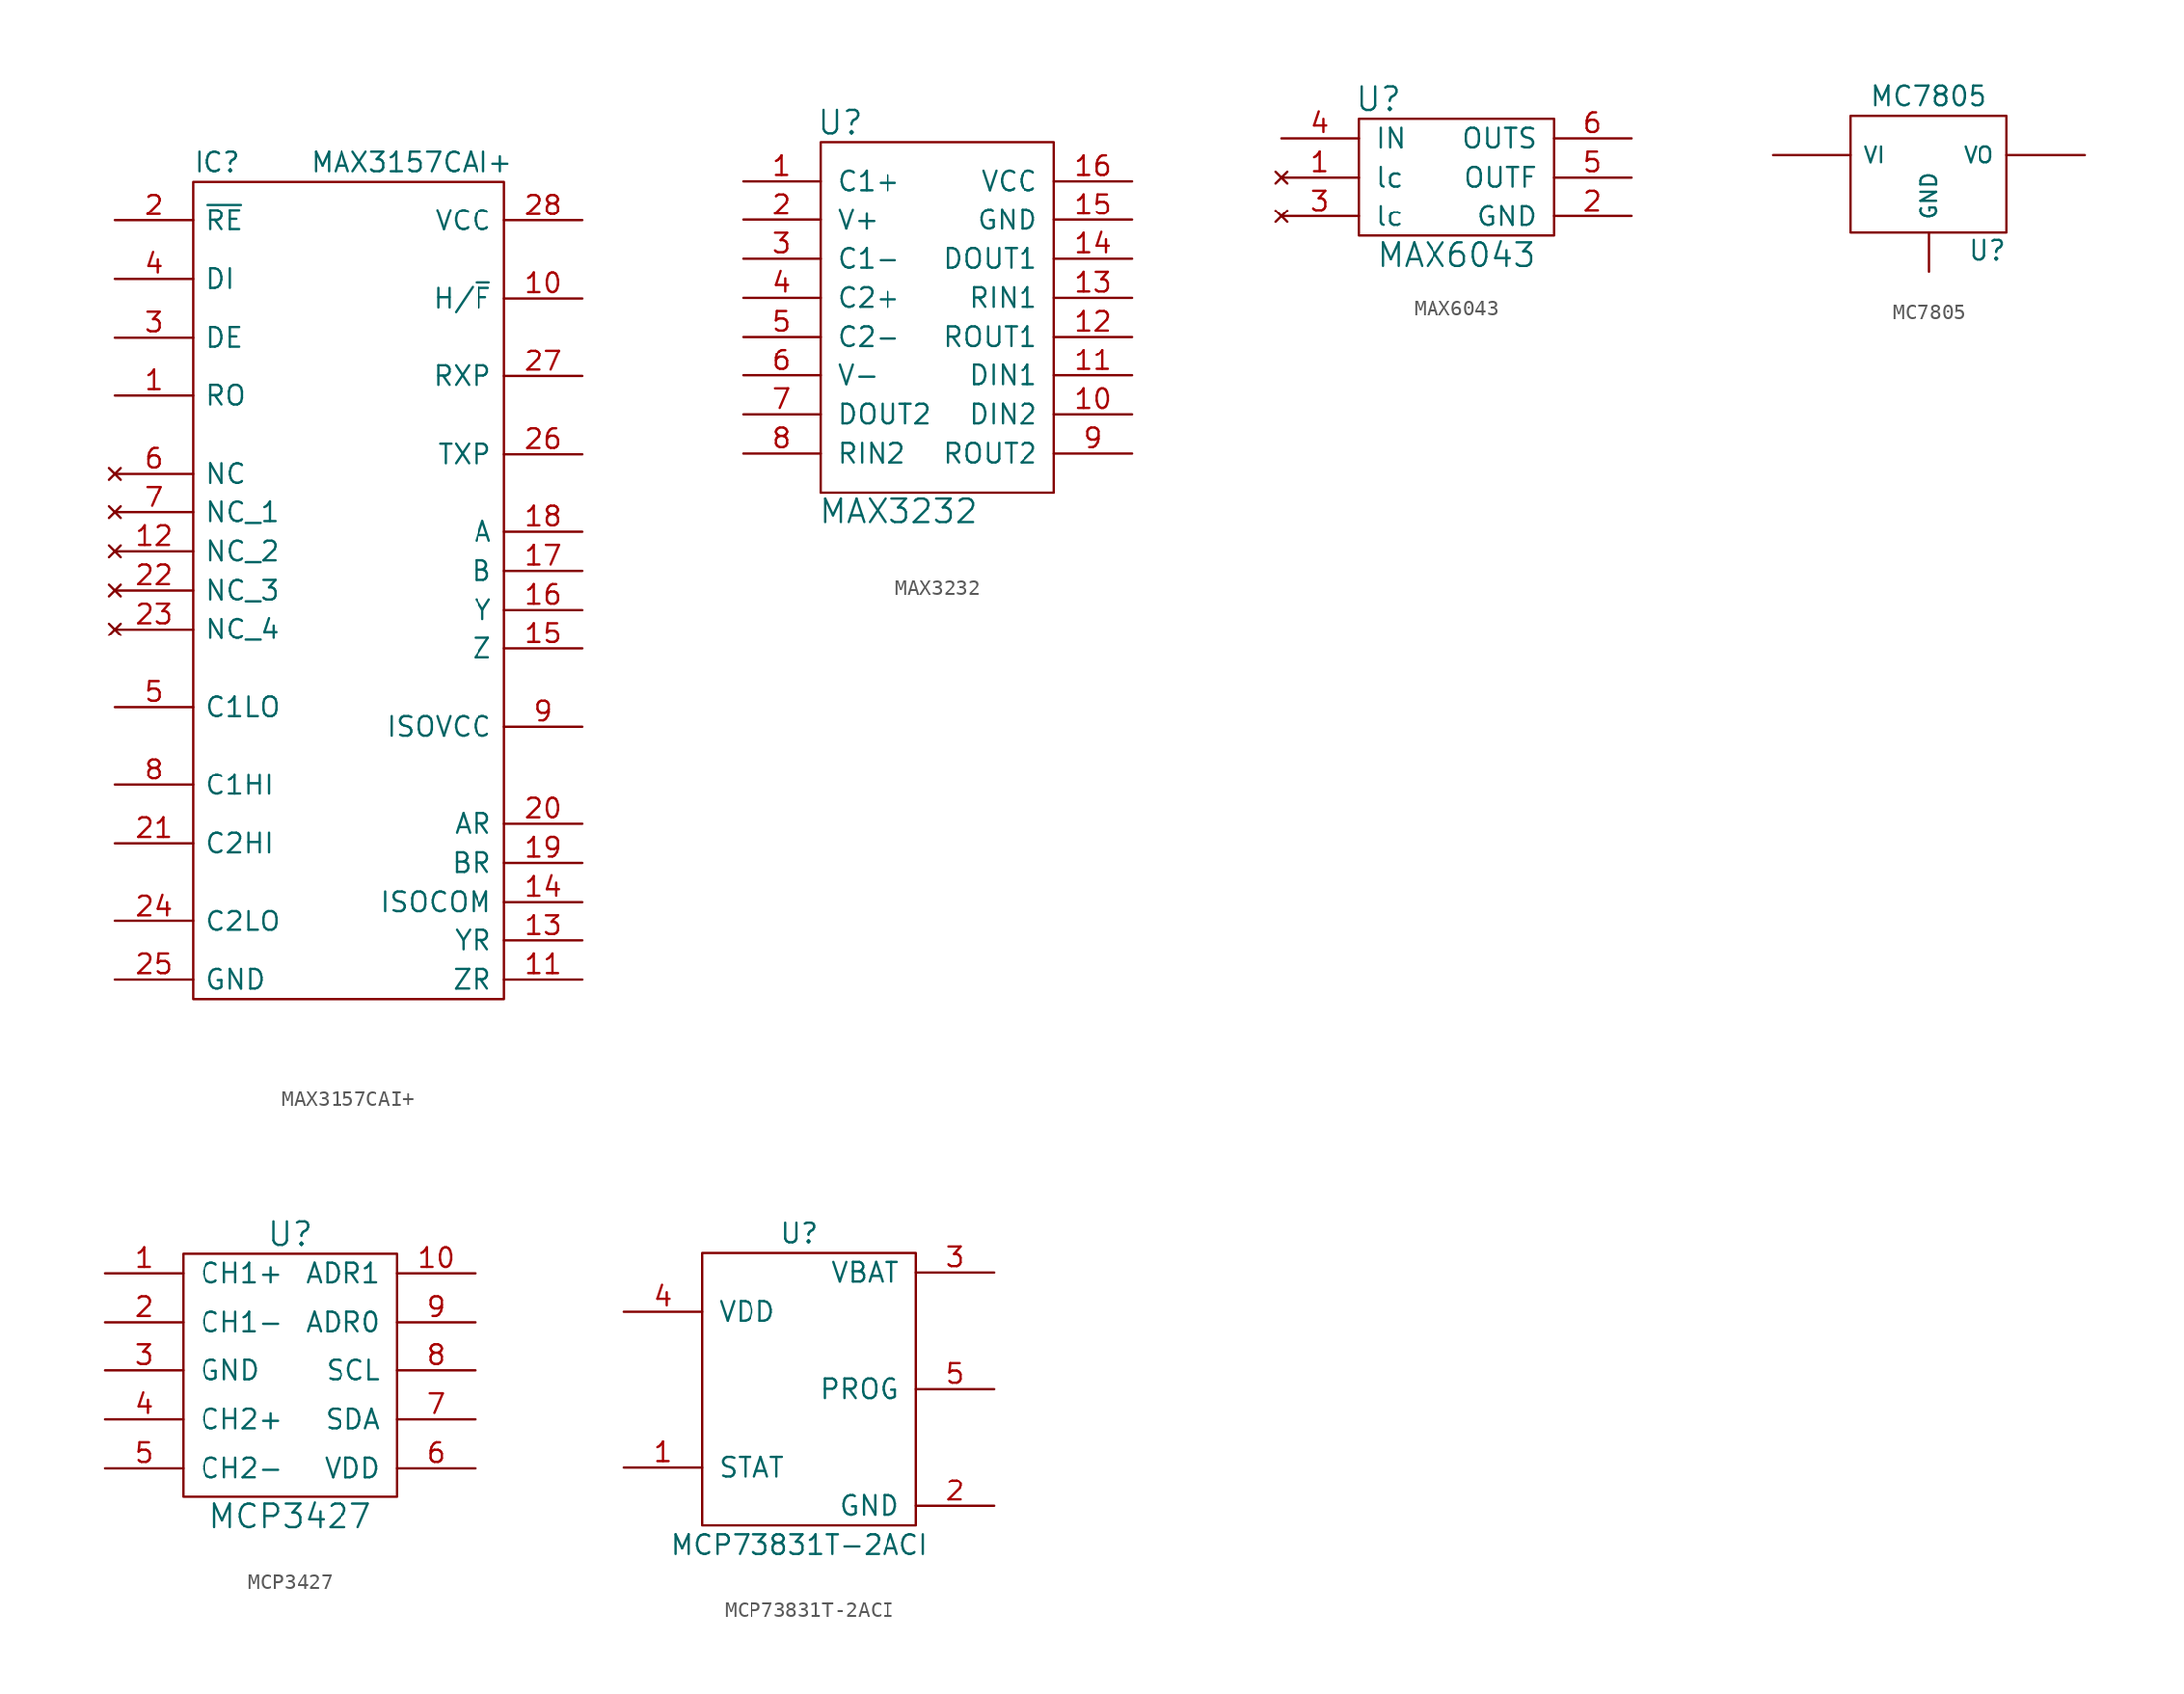
<source format=kicad_sym>
(kicad_symbol_lib
  (version 20211014)
  (generator kicad_symbol_editor)
  (symbol "MAX3157CAI+"
    (pin_names
      (offset 0.762))
    (property "Reference" "IC"
      (at 5.08 16.51 0)
      (effects (font (size 1.27 1.27)) (justify left)))
    (property "Value" "MAX3157CAI+"
      (at 12.7 16.51 0)
      (effects (font (size 1.27 1.27)) (justify left)))
    (symbol "MAX3157CAI+_0_0"
      (pin bidirectional line (at 0 1.27 0) (length 5.08) (name "RO" (effects (font (size 1.27 1.27)))) (number "1" (effects (font (size 1.27 1.27)))))
      (pin bidirectional line (at 30.48 -36.83 180) (length 5.08) (name "ZR" (effects (font (size 1.27 1.27)))) (number "11" (effects (font (size 1.27 1.27)))))
      (pin no_connect line (at 0 -8.89 0) (length 5.08) (name "NC_2" (effects (font (size 1.27 1.27)))) (number "12" (effects (font (size 1.27 1.27)))))
      (pin bidirectional line (at 30.48 -34.29 180) (length 5.08) (name "YR" (effects (font (size 1.27 1.27)))) (number "13" (effects (font (size 1.27 1.27)))))
      (pin bidirectional line (at 30.48 -31.75 180) (length 5.08) (name "ISOCOM" (effects (font (size 1.27 1.27)))) (number "14" (effects (font (size 1.27 1.27)))))
      (pin bidirectional line (at 30.48 -15.24 180) (length 5.08) (name "Z" (effects (font (size 1.27 1.27)))) (number "15" (effects (font (size 1.27 1.27)))))
      (pin bidirectional line (at 30.48 -12.7 180) (length 5.08) (name "Y" (effects (font (size 1.27 1.27)))) (number "16" (effects (font (size 1.27 1.27)))))
      (pin bidirectional line (at 30.48 -10.16 180) (length 5.08) (name "B" (effects (font (size 1.27 1.27)))) (number "17" (effects (font (size 1.27 1.27)))))
      (pin bidirectional line (at 30.48 -7.62 180) (length 5.08) (name "A" (effects (font (size 1.27 1.27)))) (number "18" (effects (font (size 1.27 1.27)))))
      (pin bidirectional line (at 30.48 -29.21 180) (length 5.08) (name "BR" (effects (font (size 1.27 1.27)))) (number "19" (effects (font (size 1.27 1.27)))))
      (pin bidirectional line (at 0 12.7 0) (length 5.08) (name "~{RE}" (effects (font (size 1.27 1.27)))) (number "2" (effects (font (size 1.27 1.27)))))
      (pin bidirectional line (at 30.48 -26.67 180) (length 5.08) (name "AR" (effects (font (size 1.27 1.27)))) (number "20" (effects (font (size 1.27 1.27)))))
      (pin bidirectional line (at 0 -27.94 0) (length 5.08) (name "C2HI" (effects (font (size 1.27 1.27)))) (number "21" (effects (font (size 1.27 1.27)))))
      (pin no_connect line (at 0 -11.43 0) (length 5.08) (name "NC_3" (effects (font (size 1.27 1.27)))) (number "22" (effects (font (size 1.27 1.27)))))
      (pin no_connect line (at 0 -13.97 0) (length 5.08) (name "NC_4" (effects (font (size 1.27 1.27)))) (number "23" (effects (font (size 1.27 1.27)))))
      (pin bidirectional line (at 0 -33.02 0) (length 5.08) (name "C2LO" (effects (font (size 1.27 1.27)))) (number "24" (effects (font (size 1.27 1.27)))))
      (pin bidirectional line (at 30.48 -2.54 180) (length 5.08) (name "TXP" (effects (font (size 1.27 1.27)))) (number "26" (effects (font (size 1.27 1.27)))))
      (pin bidirectional line (at 30.48 2.54 180) (length 5.08) (name "RXP" (effects (font (size 1.27 1.27)))) (number "27" (effects (font (size 1.27 1.27)))))
      (pin bidirectional line (at 30.48 12.7 180) (length 5.08) (name "VCC" (effects (font (size 1.27 1.27)))) (number "28" (effects (font (size 1.27 1.27)))))
      (pin bidirectional line (at 0 5.08 0) (length 5.08) (name "DE" (effects (font (size 1.27 1.27)))) (number "3" (effects (font (size 1.27 1.27)))))
      (pin bidirectional line (at 0 8.89 0) (length 5.08) (name "DI" (effects (font (size 1.27 1.27)))) (number "4" (effects (font (size 1.27 1.27)))))
      (pin bidirectional line (at 0 -19.05 0) (length 5.08) (name "C1LO" (effects (font (size 1.27 1.27)))) (number "5" (effects (font (size 1.27 1.27)))))
      (pin no_connect line (at 0 -3.81 0) (length 5.08) (name "NC" (effects (font (size 1.27 1.27)))) (number "6" (effects (font (size 1.27 1.27)))))
      (pin no_connect line (at 0 -6.35 0) (length 5.08) (name "NC_1" (effects (font (size 1.27 1.27)))) (number "7" (effects (font (size 1.27 1.27)))))
      (pin bidirectional line (at 0 -24.13 0) (length 5.08) (name "C1HI" (effects (font (size 1.27 1.27)))) (number "8" (effects (font (size 1.27 1.27))))))
    (symbol "MAX3157CAI+_0_1"
      (rectangle (start 25.4 15.24) (end 5.08 -38.1) (stroke (width 0) (type default) (color 0 0 0 0)) (fill (type none))))
    (symbol "MAX3157CAI+_1_0"
      (pin bidirectional line (at 30.48 7.62 180) (length 5.08) (name "H/~{F}" (effects (font (size 1.27 1.27)))) (number "10" (effects (font (size 1.27 1.27)))))
      (pin bidirectional line (at 0 -36.83 0) (length 5.08) (name "GND" (effects (font (size 1.27 1.27)))) (number "25" (effects (font (size 1.27 1.27)))))
      (pin bidirectional line (at 30.48 -20.32 180) (length 5.08) (name "ISOVCC" (effects (font (size 1.27 1.27)))) (number "9" (effects (font (size 1.27 1.27)))))))
  (symbol "MAX3232"
    (pin_names
      (offset 1.016))
    (property "Reference" "U"
      (at -6.35 12.7 0)
      (effects (font (size 1.524 1.524))))
    (property "Value" "MAX3232"
      (at -2.54 -12.7 0)
      (effects (font (size 1.524 1.524))))
    (symbol "MAX3232_0_1"
      (rectangle (start -7.62 11.43) (end 7.62 -11.43) (stroke (width 0) (type default) (color 0 0 0 0)) (fill (type none))))
    (symbol "MAX3232_1_1"
      (pin power_out line (at -12.7 8.89 0) (length 5.08) (name "C1+" (effects (font (size 1.27 1.27)))) (number "1" (effects (font (size 1.27 1.27)))))
      (pin power_out line (at 12.7 -6.35 180) (length 5.08) (name "DIN2" (effects (font (size 1.27 1.27)))) (number "10" (effects (font (size 1.27 1.27)))))
      (pin power_out line (at 12.7 -3.81 180) (length 5.08) (name "DIN1" (effects (font (size 1.27 1.27)))) (number "11" (effects (font (size 1.27 1.27)))))
      (pin power_out line (at 12.7 -1.27 180) (length 5.08) (name "ROUT1" (effects (font (size 1.27 1.27)))) (number "12" (effects (font (size 1.27 1.27)))))
      (pin power_out line (at 12.7 1.27 180) (length 5.08) (name "RIN1" (effects (font (size 1.27 1.27)))) (number "13" (effects (font (size 1.27 1.27)))))
      (pin power_out line (at 12.7 3.81 180) (length 5.08) (name "DOUT1" (effects (font (size 1.27 1.27)))) (number "14" (effects (font (size 1.27 1.27)))))
      (pin power_out line (at 12.7 6.35 180) (length 5.08) (name "GND" (effects (font (size 1.27 1.27)))) (number "15" (effects (font (size 1.27 1.27)))))
      (pin power_out line (at 12.7 8.89 180) (length 5.08) (name "VCC" (effects (font (size 1.27 1.27)))) (number "16" (effects (font (size 1.27 1.27)))))
      (pin power_out line (at -12.7 6.35 0) (length 5.08) (name "V+" (effects (font (size 1.27 1.27)))) (number "2" (effects (font (size 1.27 1.27)))))
      (pin power_out line (at -12.7 3.81 0) (length 5.08) (name "C1-" (effects (font (size 1.27 1.27)))) (number "3" (effects (font (size 1.27 1.27)))))
      (pin power_out line (at -12.7 1.27 0) (length 5.08) (name "C2+" (effects (font (size 1.27 1.27)))) (number "4" (effects (font (size 1.27 1.27)))))
      (pin power_out line (at -12.7 -1.27 0) (length 5.08) (name "C2-" (effects (font (size 1.27 1.27)))) (number "5" (effects (font (size 1.27 1.27)))))
      (pin power_out line (at -12.7 -3.81 0) (length 5.08) (name "V-" (effects (font (size 1.27 1.27)))) (number "6" (effects (font (size 1.27 1.27)))))
      (pin power_out line (at -12.7 -6.35 0) (length 5.08) (name "DOUT2" (effects (font (size 1.27 1.27)))) (number "7" (effects (font (size 1.27 1.27)))))
      (pin power_out line (at -12.7 -8.89 0) (length 5.08) (name "RIN2" (effects (font (size 1.27 1.27)))) (number "8" (effects (font (size 1.27 1.27)))))
      (pin power_out line (at 12.7 -8.89 180) (length 5.08) (name "ROUT2" (effects (font (size 1.27 1.27)))) (number "9" (effects (font (size 1.27 1.27)))))))
  (symbol "MAX6043"
    (pin_names
      (offset 1.016))
    (property "Reference" "U"
      (at -5.08 5.08 0)
      (effects (font (size 1.524 1.524))))
    (property "Value" "MAX6043"
      (at 0 -5.08 0)
      (effects (font (size 1.524 1.524))))
    (property "Footprint" ""
      (at 0 -2.54 0)
      (effects (font (size 1.524 1.524))))
    (property "Datasheet" ""
      (at 0 -2.54 0)
      (effects (font (size 1.524 1.524))))
    (symbol "MAX6043_0_1"
      (rectangle (start -6.35 3.81) (end 6.35 -3.81) (stroke (width 0) (type default) (color 0 0 0 0)) (fill (type none))))
    (symbol "MAX6043_1_1"
      (pin no_connect line (at -11.43 0 0) (length 5.08) (name "lc" (effects (font (size 1.27 1.27)))) (number "1" (effects (font (size 1.27 1.27)))))
      (pin power_in line (at 11.43 -2.54 180) (length 5.08) (name "GND" (effects (font (size 1.27 1.27)))) (number "2" (effects (font (size 1.27 1.27)))))
      (pin no_connect line (at -11.43 -2.54 0) (length 5.08) (name "lc" (effects (font (size 1.27 1.27)))) (number "3" (effects (font (size 1.27 1.27)))))
      (pin input line (at -11.43 2.54 0) (length 5.08) (name "IN" (effects (font (size 1.27 1.27)))) (number "4" (effects (font (size 1.27 1.27)))))
      (pin output line (at 11.43 0 180) (length 5.08) (name "OUTF" (effects (font (size 1.27 1.27)))) (number "5" (effects (font (size 1.27 1.27)))))
      (pin output line (at 11.43 2.54 180) (length 5.08) (name "OUTS" (effects (font (size 1.27 1.27)))) (number "6" (effects (font (size 1.27 1.27)))))))
  (symbol "MC7805"
    (pin_numbers hide)
    (pin_names
      (offset 0.762))
    (property "Reference" "U"
      (at 3.81 -4.978 0)
      (effects (font (size 1.27 1.27))))
    (property "Value" "MC7805"
      (at 0 5.08 0)
      (effects (font (size 1.27 1.27))))
    (property "Footprint" ""
      (at 0 0 0)
      (effects (font (size 1.27 1.27))))
    (property "Datasheet" ""
      (at 0 0 0)
      (effects (font (size 1.27 1.27))))
    (symbol "MC7805_0_1"
      (rectangle (start -5.08 -3.81) (end 5.08 3.81) (stroke (width 0) (type default) (color 0 0 0 0)) (fill (type none))))
    (symbol "MC7805_1_1"
      (pin input line (at -10.16 1.27 0) (length 5.08) (name "VI" (effects (font (size 1.016 1.016)))) (number "1" (effects (font (size 1.016 1.016)))))
      (pin input line (at 0 -6.35 90) (length 2.54) (name "GND" (effects (font (size 1.016 1.016)))) (number "2" (effects (font (size 1.016 1.016)))))
      (pin power_out line (at 10.16 1.27 180) (length 5.08) (name "VO" (effects (font (size 1.016 1.016)))) (number "3" (effects (font (size 1.016 1.016)))))))
  (symbol "MCP3427"
    (pin_names
      (offset 1.016))
    (property "Reference" "U"
      (at 6.985 17.145 0)
      (effects (font (size 1.524 1.524))))
    (property "Value" "MCP3427"
      (at 6.985 -1.27 0)
      (effects (font (size 1.524 1.524))))
    (symbol "MCP3427_0_1"
      (rectangle (start 13.97 15.875) (end 0 0) (stroke (width 0) (type default) (color 0 0 0 0)) (fill (type none))))
    (symbol "MCP3427_1_1"
      (pin input line (at -5.08 14.605 0) (length 5.08) (name "CH1+" (effects (font (size 1.27 1.27)))) (number "1" (effects (font (size 1.27 1.27)))))
      (pin input line (at 19.05 14.605 180) (length 5.08) (name "ADR1" (effects (font (size 1.27 1.27)))) (number "10" (effects (font (size 1.27 1.27)))))
      (pin input line (at -5.08 11.43 0) (length 5.08) (name "CH1-" (effects (font (size 1.27 1.27)))) (number "2" (effects (font (size 1.27 1.27)))))
      (pin input line (at -5.08 8.255 0) (length 5.08) (name "GND" (effects (font (size 1.27 1.27)))) (number "3" (effects (font (size 1.27 1.27)))))
      (pin input line (at -5.08 5.08 0) (length 5.08) (name "CH2+" (effects (font (size 1.27 1.27)))) (number "4" (effects (font (size 1.27 1.27)))))
      (pin input line (at -5.08 1.905 0) (length 5.08) (name "CH2-" (effects (font (size 1.27 1.27)))) (number "5" (effects (font (size 1.27 1.27)))))
      (pin input line (at 19.05 1.905 180) (length 5.08) (name "VDD" (effects (font (size 1.27 1.27)))) (number "6" (effects (font (size 1.27 1.27)))))
      (pin input line (at 19.05 5.08 180) (length 5.08) (name "SDA" (effects (font (size 1.27 1.27)))) (number "7" (effects (font (size 1.27 1.27)))))
      (pin input line (at 19.05 8.255 180) (length 5.08) (name "SCL" (effects (font (size 1.27 1.27)))) (number "8" (effects (font (size 1.27 1.27)))))
      (pin input line (at 19.05 11.43 180) (length 5.08) (name "ADR0" (effects (font (size 1.27 1.27)))) (number "9" (effects (font (size 1.27 1.27)))))))
  (symbol "MCP73831T-2ACI"
    (pin_names
      (offset 1.016))
    (property "Reference" "U"
      (at 3.81 10.16 0)
      (effects (font (size 1.27 1.27))))
    (property "Value" "MCP73831T-2ACI"
      (at 3.81 -10.16 0)
      (effects (font (size 1.27 1.27))))
    (symbol "MCP73831T-2ACI_0_1"
      (rectangle (start 11.43 8.89) (end -2.54 -8.89) (stroke (width 0) (type default) (color 0 0 0 0)) (fill (type none))))
    (symbol "MCP73831T-2ACI_1_1"
      (pin input line (at -7.62 -5.08 0) (length 5.08) (name "STAT" (effects (font (size 1.27 1.27)))) (number "1" (effects (font (size 1.27 1.27)))))
      (pin input line (at 16.51 -7.62 180) (length 5.08) (name "GND" (effects (font (size 1.27 1.27)))) (number "2" (effects (font (size 1.27 1.27)))))
      (pin input line (at 16.51 7.62 180) (length 5.08) (name "VBAT" (effects (font (size 1.27 1.27)))) (number "3" (effects (font (size 1.27 1.27)))))
      (pin input line (at -7.62 5.08 0) (length 5.08) (name "VDD" (effects (font (size 1.27 1.27)))) (number "4" (effects (font (size 1.27 1.27)))))
      (pin input line (at 16.51 0 180) (length 5.08) (name "PROG" (effects (font (size 1.27 1.27)))) (number "5" (effects (font (size 1.27 1.27))))))))
</source>
